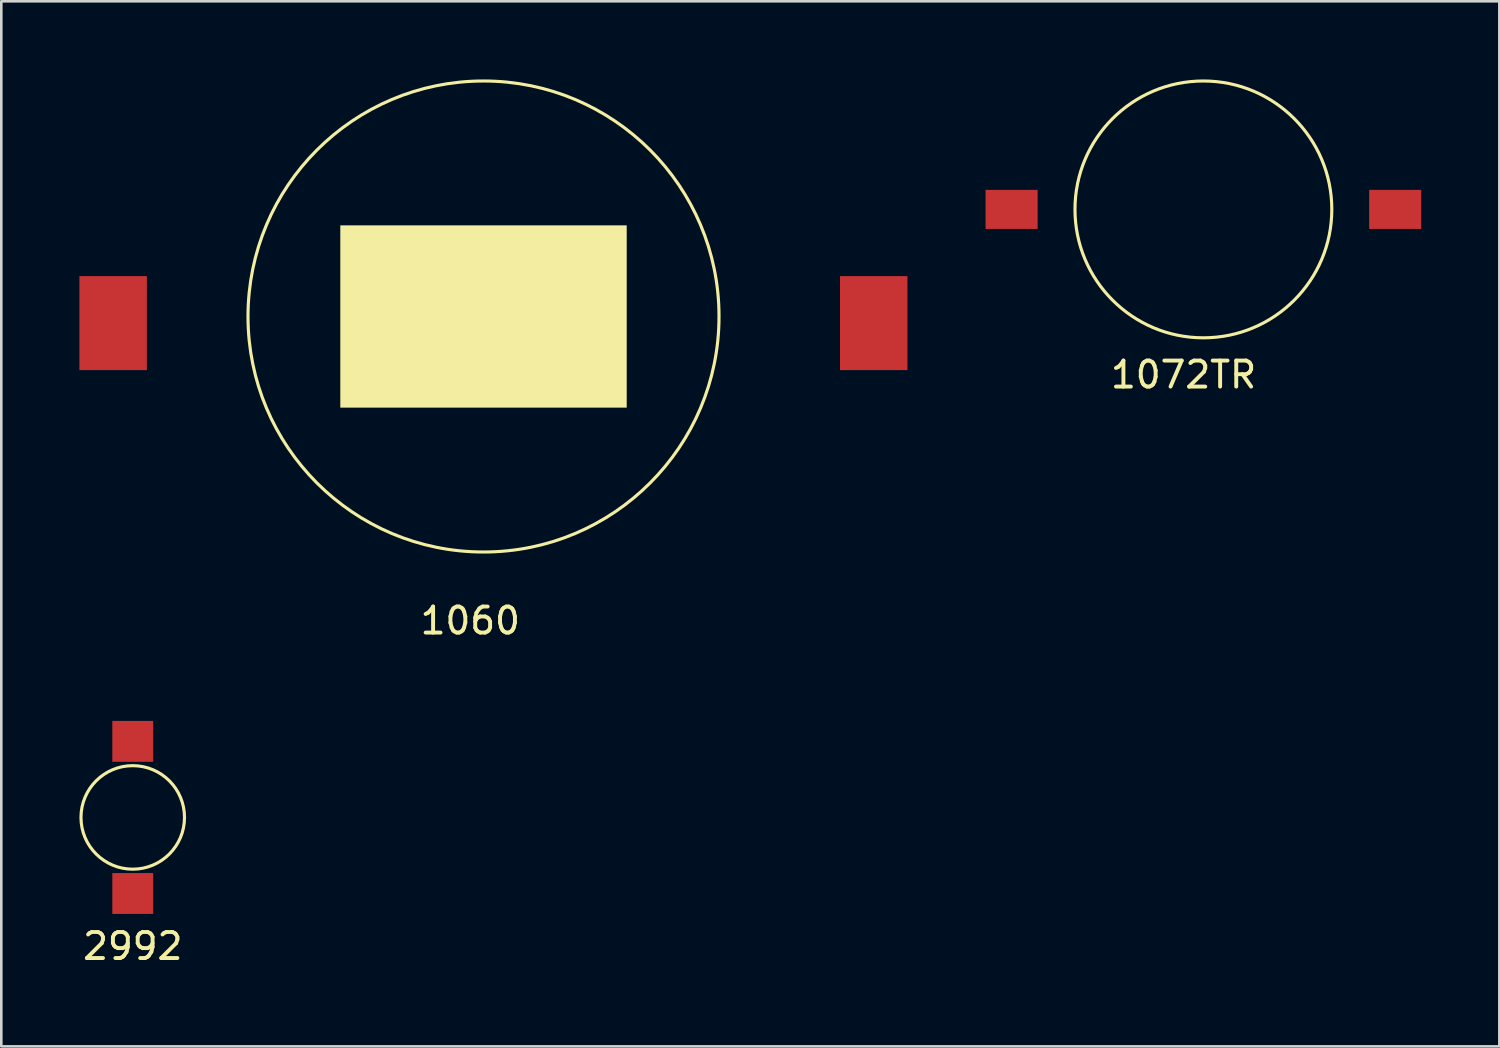
<source format=kicad_pcb>
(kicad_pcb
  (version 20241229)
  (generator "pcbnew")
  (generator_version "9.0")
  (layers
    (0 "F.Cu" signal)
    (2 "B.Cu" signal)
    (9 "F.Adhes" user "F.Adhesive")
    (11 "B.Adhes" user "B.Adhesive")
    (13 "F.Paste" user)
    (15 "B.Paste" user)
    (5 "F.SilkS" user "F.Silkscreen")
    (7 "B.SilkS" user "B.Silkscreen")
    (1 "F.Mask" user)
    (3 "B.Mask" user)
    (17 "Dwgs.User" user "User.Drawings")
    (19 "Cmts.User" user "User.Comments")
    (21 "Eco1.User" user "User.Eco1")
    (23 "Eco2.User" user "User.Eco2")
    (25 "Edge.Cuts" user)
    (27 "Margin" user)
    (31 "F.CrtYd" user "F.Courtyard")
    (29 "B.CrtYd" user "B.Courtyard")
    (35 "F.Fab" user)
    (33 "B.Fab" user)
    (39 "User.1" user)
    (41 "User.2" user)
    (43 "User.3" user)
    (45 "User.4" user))
  (footprint "1072TR"
    (layer "F.Cu")
    (at 50.532 10.072)
    (property "Reference" "1072TR" (at -8.128 1.27 0) (layer "F.SilkS") (effects (font (size 1 1) (thickness 0.15))))
    (attr through_hole)
    (fp_circle (center -7.366 -5.08) (end -3.302 -2.286) (stroke (width 0.12) (type solid)) (fill no) (layer "F.SilkS"))
    (pad "1" smd rect (at -14.732 -5.08) (size 2 1.5) (layers "F.Cu" "F.Mask" "F.Paste"))
    (pad "2" smd rect (at 0 -5.08) (size 2 1.5) (layers "F.Cu" "F.Mask" "F.Paste")))
  (footprint "1060"
    (layer "F.Cu")
    (at 13.487 11.137)
    (property "Reference" "1060" (at 1.524 9.652 0) (layer "F.SilkS") (effects (font (size 1 1) (thickness 0.15))))
    (attr through_hole)
    (fp_circle (center 2.032 -2.032) (end 9.144 3.556) (stroke (width 0.12) (type solid)) (fill no) (layer "F.SilkS"))
    (pad "" smd rect (at 2.032 -2.032) (size 11 7) (layers "F.SilkS"))
    (pad "1" smd rect (at -12.192 -1.778) (size 2.59 3.61) (layers "F.Cu" "F.Mask" "F.Paste"))
    (pad "2" smd rect (at 17.018 -1.778) (size 2.59 3.61) (layers "F.Cu" "F.Mask" "F.Paste")))
  (footprint "2992"
    (layer "F.Cu")
    (at 2.048 32.788)
    (property "Reference" "2992" (at 0 0.5 0) (layer "F.SilkS") (effects (font (size 1 1) (thickness 0.15))))
    (attr through_hole)
    (fp_circle (center 0 -4.445) (end 1.778 -3.556) (stroke (width 0.12) (type solid)) (fill no) (layer "F.SilkS"))
    (pad "1" smd rect (at 0 -1.524) (size 1.57 1.57) (layers "F.Cu" "F.Mask" "F.Paste"))
    (pad "2" smd rect (at 0 -7.366) (size 1.57 1.57) (layers "F.Cu" "F.Mask" "F.Paste")))
  (gr_rect
    (start -3 -3)
    (end 54.532 37.136)
    (stroke (width 0.1) (type default))
    (fill no)
    (layer "Edge.Cuts")))
</source>
